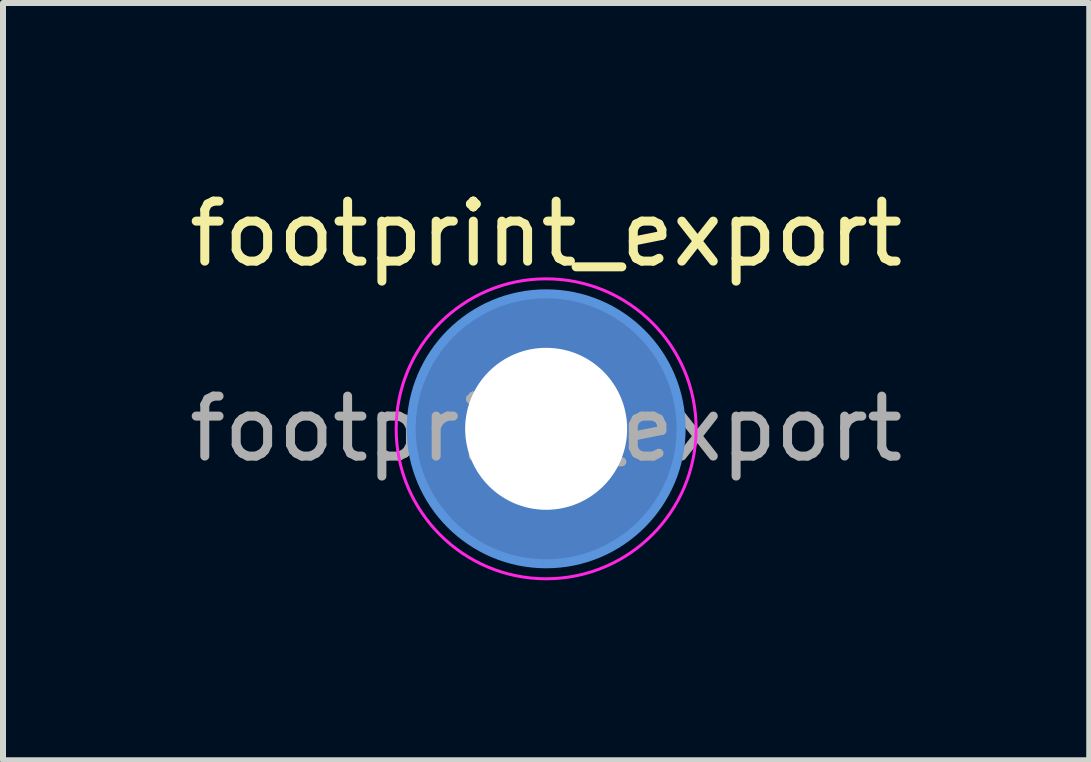
<source format=kicad_pcb>
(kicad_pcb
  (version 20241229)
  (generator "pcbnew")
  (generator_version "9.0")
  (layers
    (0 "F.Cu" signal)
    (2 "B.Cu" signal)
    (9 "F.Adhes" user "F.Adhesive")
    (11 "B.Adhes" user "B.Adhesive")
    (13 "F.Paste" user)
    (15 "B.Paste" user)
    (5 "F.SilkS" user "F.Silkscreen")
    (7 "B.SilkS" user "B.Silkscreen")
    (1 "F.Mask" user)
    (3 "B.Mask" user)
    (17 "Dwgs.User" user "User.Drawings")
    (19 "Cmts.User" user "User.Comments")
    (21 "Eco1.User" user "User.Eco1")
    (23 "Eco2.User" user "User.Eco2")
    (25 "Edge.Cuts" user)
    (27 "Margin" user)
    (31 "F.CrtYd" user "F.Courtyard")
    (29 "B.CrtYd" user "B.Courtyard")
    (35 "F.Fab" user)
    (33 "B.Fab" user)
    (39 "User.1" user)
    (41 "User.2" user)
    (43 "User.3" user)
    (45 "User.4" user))
  (footprint "footprint_export"
    (layer "F.Cu")
    (at 6.054 4.098)
    (property "Reference" "footprint_export" (at 0 -3.25 0) (layer "F.SilkS") (effects (font (size 1 1) (thickness 0.15))))
    (attr exclude_from_pos_files exclude_from_bom)
    (fp_circle (center 0 0) (end 2.25 0) (stroke (width 0.15) (type solid)) (fill no) (layer "Cmts.User"))
    (fp_circle (center 0 0) (end 2.5 0) (stroke (width 0.05) (type solid)) (fill no) (layer "F.CrtYd"))
    (fp_text user "${REFERENCE}" (at 0 0 0) (layer "F.Fab") (effects (font (size 1 1) (thickness 0.15))))
    (pad "1" thru_hole circle (at 0 0) (size 4.5 4.5) (drill 2.7) (layers "*.Cu" "*.Mask")))
  (gr_rect
    (start -3 -3)
    (end 15.107 9.623)
    (stroke (width 0.1) (type default))
    (fill no)
    (layer "Edge.Cuts")))
</source>
